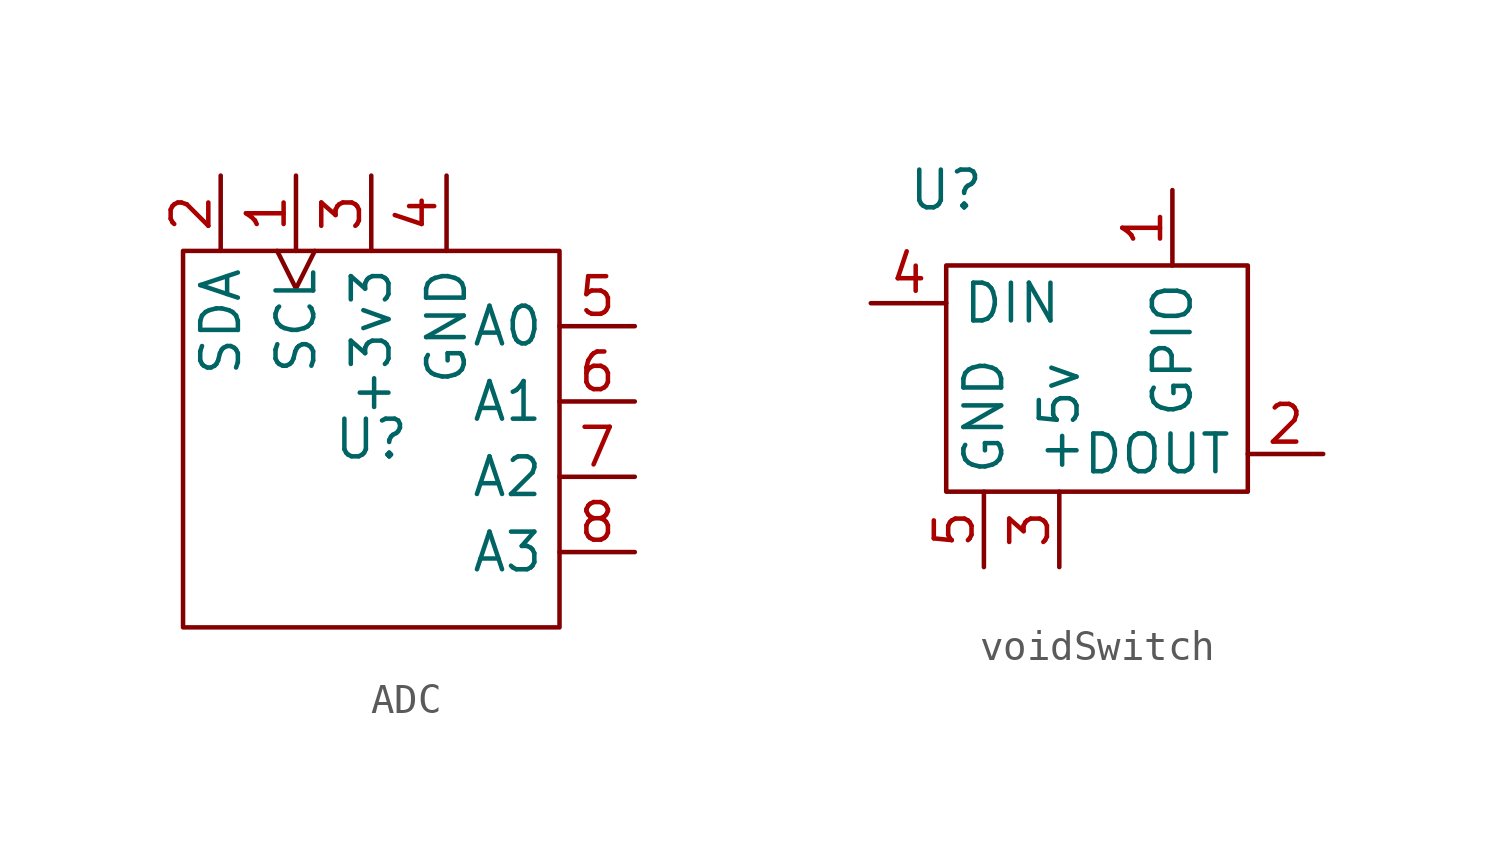
<source format=kicad_sym>
(kicad_symbol_lib
  (version 20220914)
  (generator kicad_symbol_editor)
  (symbol "ADC"
    (property "Reference" "U"
      (at 0 0 0)
      (effects (font (size 1.27 1.27))))
    (property "Value" ""
      (at 0 0 0)
      (effects (font (size 1.27 1.27))))
    (symbol "ADC_0_1"
      (rectangle (start -6.35 6.35) (end 6.35 -6.35) (stroke (width 0) (type default)) (fill (type none))))
    (symbol "ADC_1_1"
      (pin bidirectional clock (at -2.54 8.89 270) (length 2.54) (name "SCL" (effects (font (size 1.27 1.27)))) (number "1" (effects (font (size 1.27 1.27)))))
      (pin bidirectional line (at -5.08 8.89 270) (length 2.54) (name "SDA" (effects (font (size 1.27 1.27)))) (number "2" (effects (font (size 1.27 1.27)))))
      (pin power_in line (at 0 8.89 270) (length 2.54) (name "+3v3" (effects (font (size 1.27 1.27)))) (number "3" (effects (font (size 1.27 1.27)))))
      (pin power_in line (at 2.54 8.89 270) (length 2.54) (name "GND" (effects (font (size 1.27 1.27)))) (number "4" (effects (font (size 1.27 1.27)))))
      (pin input line (at 8.89 3.81 180) (length 2.54) (name "A0" (effects (font (size 1.27 1.27)))) (number "5" (effects (font (size 1.27 1.27)))))
      (pin input line (at 8.89 1.27 180) (length 2.54) (name "A1" (effects (font (size 1.27 1.27)))) (number "6" (effects (font (size 1.27 1.27)))))
      (pin input line (at 8.89 -1.27 180) (length 2.54) (name "A2" (effects (font (size 1.27 1.27)))) (number "7" (effects (font (size 1.27 1.27)))))
      (pin input line (at 8.89 -3.81 180) (length 2.54) (name "A3" (effects (font (size 1.27 1.27)))) (number "8" (effects (font (size 1.27 1.27)))))))
  (symbol "voidSwitch"
    (property "Reference" "U"
      (at -5.08 6.35 0)
      (effects (font (size 1.27 1.27))))
    (property "Value" ""
      (at 0 0 0)
      (effects (font (size 1.27 1.27))))
    (symbol "voidSwitch_0_1"
      (rectangle (start -5.08 3.81) (end 5.08 -3.81) (stroke (width 0) (type default)) (fill (type none))))
    (symbol "voidSwitch_1_1"
      (pin input line (at 2.54 6.35 270) (length 2.54) (name "GPIO" (effects (font (size 1.27 1.27)))) (number "1" (effects (font (size 1.27 1.27)))))
      (pin output line (at 7.62 -2.54 180) (length 2.54) (name "DOUT" (effects (font (size 1.27 1.27)))) (number "2" (effects (font (size 1.27 1.27)))))
      (pin power_in line (at -1.27 -6.35 90) (length 2.54) (name "+5v" (effects (font (size 1.27 1.27)))) (number "3" (effects (font (size 1.27 1.27)))))
      (pin input line (at -7.62 2.54 0) (length 2.54) (name "DIN" (effects (font (size 1.27 1.27)))) (number "4" (effects (font (size 1.27 1.27)))))
      (pin power_in line (at -3.81 -6.35 90) (length 2.54) (name "GND" (effects (font (size 1.27 1.27)))) (number "5" (effects (font (size 1.27 1.27))))))))
</source>
